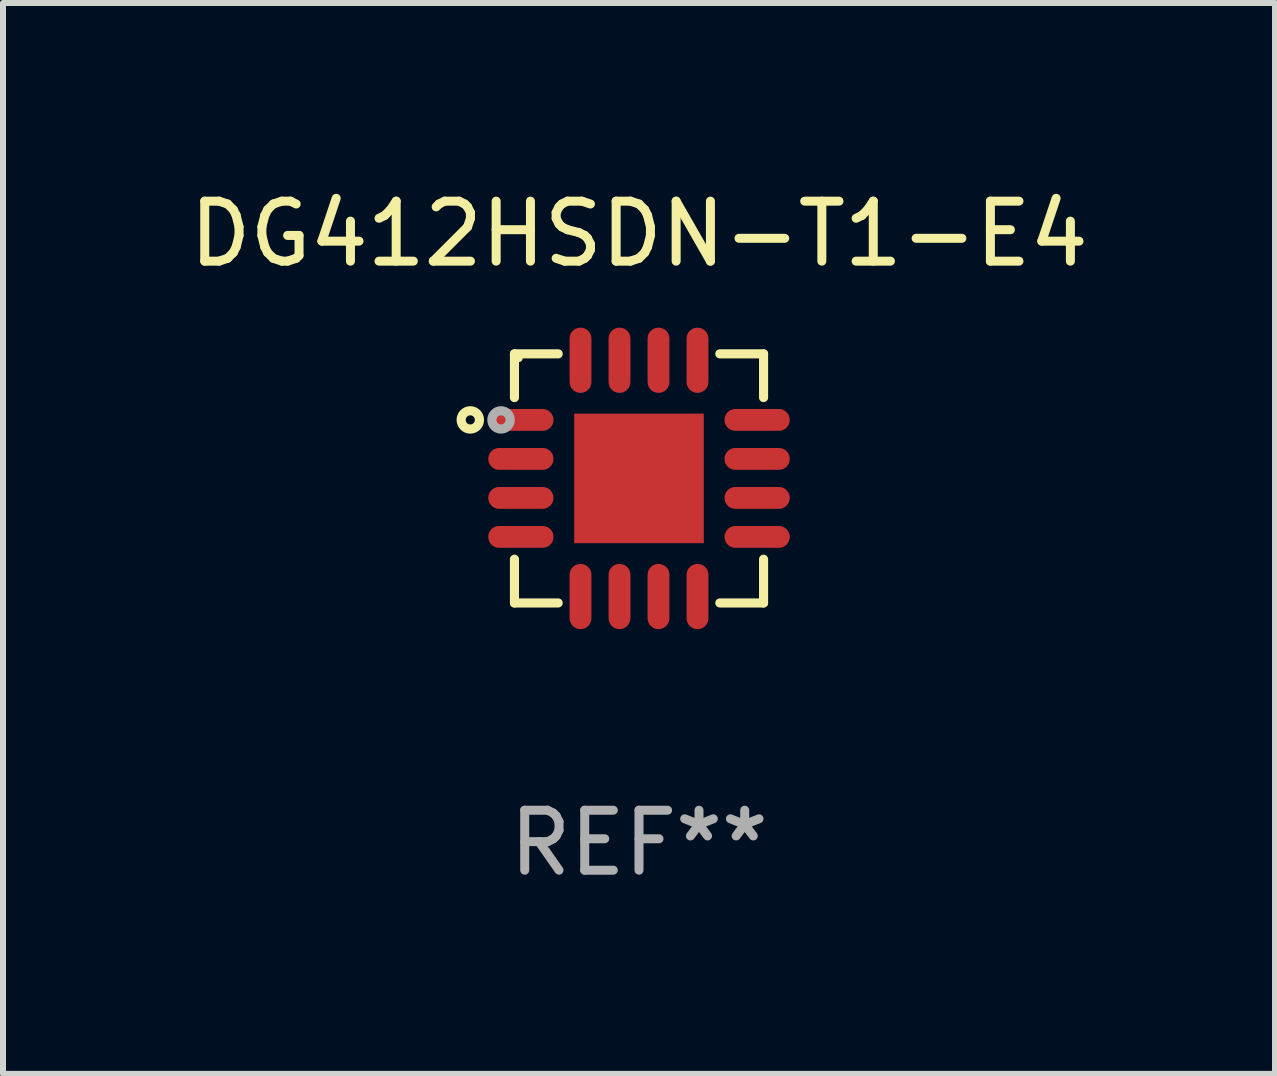
<source format=kicad_pcb>
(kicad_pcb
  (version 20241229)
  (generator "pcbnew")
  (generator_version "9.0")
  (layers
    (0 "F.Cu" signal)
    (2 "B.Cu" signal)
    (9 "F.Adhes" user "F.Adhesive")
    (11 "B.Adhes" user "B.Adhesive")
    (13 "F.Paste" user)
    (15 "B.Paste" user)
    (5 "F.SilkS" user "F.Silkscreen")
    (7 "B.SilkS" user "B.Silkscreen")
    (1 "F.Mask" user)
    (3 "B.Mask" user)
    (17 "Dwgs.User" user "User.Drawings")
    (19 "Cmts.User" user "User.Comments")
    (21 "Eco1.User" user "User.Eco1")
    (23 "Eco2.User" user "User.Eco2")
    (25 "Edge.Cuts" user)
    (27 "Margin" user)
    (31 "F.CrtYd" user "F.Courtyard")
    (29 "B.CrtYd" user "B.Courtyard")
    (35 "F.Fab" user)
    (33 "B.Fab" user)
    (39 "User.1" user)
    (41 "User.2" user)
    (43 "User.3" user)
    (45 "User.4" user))
  (footprint "DG412HSDN-T1-E4"
    (layer "F.Cu")
    (at 7.601 4.924)
    (property "Reference" "DG412HSDN-T1-E4" (at 0 -4.076 0) (layer "F.SilkS") (effects (font (size 1 1) (thickness 0.15))))
    (attr through_hole)
    (fp_line (start -2.076 -2.076) (end -2.076 -1.347) (stroke (width 0.152) (type solid)) (layer "F.SilkS"))
    (fp_line (start -2.076 2.076) (end -2.076 1.347) (stroke (width 0.152) (type solid)) (layer "F.SilkS"))
    (fp_line (start -1.347 -2.076) (end -2.076 -2.076) (stroke (width 0.152) (type solid)) (layer "F.SilkS"))
    (fp_line (start -1.347 2.076) (end -2.076 2.076) (stroke (width 0.152) (type solid)) (layer "F.SilkS"))
    (fp_line (start 1.347 -2.076) (end 2.076 -2.076) (stroke (width 0.152) (type solid)) (layer "F.SilkS"))
    (fp_line (start 1.347 2.076) (end 2.076 2.076) (stroke (width 0.152) (type solid)) (layer "F.SilkS"))
    (fp_line (start 2.076 -2.076) (end 2.076 -1.347) (stroke (width 0.152) (type solid)) (layer "F.SilkS"))
    (fp_line (start 2.076 2.076) (end 2.076 1.347) (stroke (width 0.152) (type solid)) (layer "F.SilkS"))
    (fp_circle (center -2.812 -0.975) (end -2.736 -0.975) (stroke (width 0.153) (type solid)) (fill no) (layer "F.SilkS"))
    (fp_circle (center -2 -2) (end -1.97 -2) (stroke (width 0.06) (type solid)) (fill no) (layer "F.SilkS"))
    (fp_circle (center -2.3 -0.975) (end -2.224 -0.975) (stroke (width 0.153) (type solid)) (fill no) (layer "F.Fab"))
    (fp_text user "REF**" (at 0 6.076 0) (layer "F.Fab") (effects (font (size 1 1) (thickness 0.15))))
    (pad "1" smd oval (at -1.969 -0.975 270) (size 0.364 1.087) (layers "F.Cu" "F.Mask" "F.Paste"))
    (pad "2" smd oval (at -1.969 -0.325 270) (size 0.364 1.087) (layers "F.Cu" "F.Mask" "F.Paste"))
    (pad "3" smd oval (at -1.969 0.325 270) (size 0.364 1.087) (layers "F.Cu" "F.Mask" "F.Paste"))
    (pad "4" smd oval (at -1.969 0.975 270) (size 0.364 1.087) (layers "F.Cu" "F.Mask" "F.Paste"))
    (pad "5" smd oval (at -0.975 1.969 270) (size 1.087 0.364) (layers "F.Cu" "F.Mask" "F.Paste"))
    (pad "6" smd oval (at -0.325 1.969 270) (size 1.087 0.364) (layers "F.Cu" "F.Mask" "F.Paste"))
    (pad "7" smd oval (at 0.325 1.969 270) (size 1.087 0.364) (layers "F.Cu" "F.Mask" "F.Paste"))
    (pad "8" smd oval (at 0.975 1.969 270) (size 1.087 0.364) (layers "F.Cu" "F.Mask" "F.Paste"))
    (pad "9" smd oval (at 1.969 0.975 270) (size 0.364 1.087) (layers "F.Cu" "F.Mask" "F.Paste"))
    (pad "10" smd oval (at 1.969 0.325 270) (size 0.364 1.087) (layers "F.Cu" "F.Mask" "F.Paste"))
    (pad "11" smd oval (at 1.969 -0.325 270) (size 0.364 1.087) (layers "F.Cu" "F.Mask" "F.Paste"))
    (pad "12" smd oval (at 1.969 -0.975 270) (size 0.364 1.087) (layers "F.Cu" "F.Mask" "F.Paste"))
    (pad "13" smd oval (at 0.975 -1.969 270) (size 1.087 0.364) (layers "F.Cu" "F.Mask" "F.Paste"))
    (pad "14" smd oval (at 0.325 -1.969 270) (size 1.087 0.364) (layers "F.Cu" "F.Mask" "F.Paste"))
    (pad "15" smd oval (at -0.325 -1.969 270) (size 1.087 0.364) (layers "F.Cu" "F.Mask" "F.Paste"))
    (pad "16" smd oval (at -0.975 -1.969 270) (size 1.087 0.364) (layers "F.Cu" "F.Mask" "F.Paste"))
    (pad "17" smd rect (at 0 0) (size 2.16 2.16) (layers "F.Cu" "F.Mask" "F.Paste")))
  (gr_rect
    (start -3 -3)
    (end 18.202 14.849)
    (stroke (width 0.1) (type default))
    (fill no)
    (layer "Edge.Cuts")))
</source>
